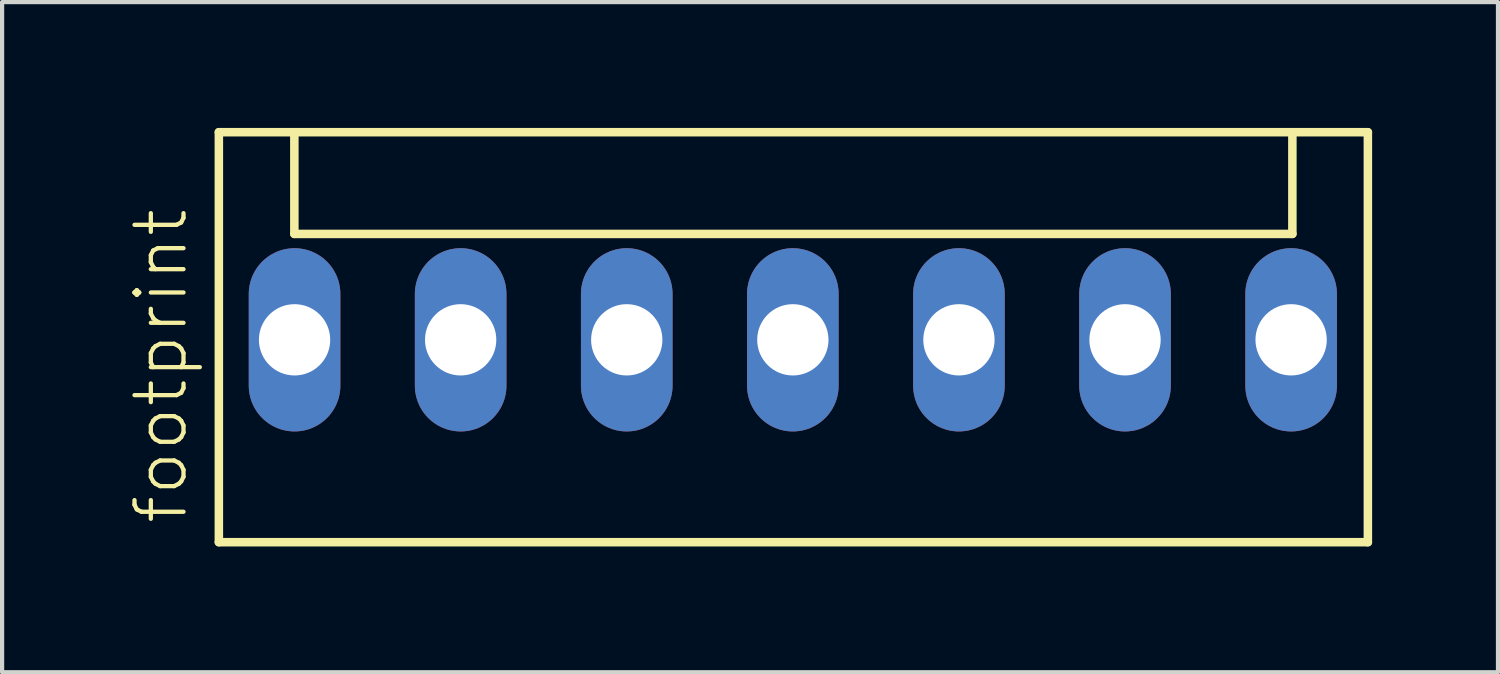
<source format=kicad_pcb>
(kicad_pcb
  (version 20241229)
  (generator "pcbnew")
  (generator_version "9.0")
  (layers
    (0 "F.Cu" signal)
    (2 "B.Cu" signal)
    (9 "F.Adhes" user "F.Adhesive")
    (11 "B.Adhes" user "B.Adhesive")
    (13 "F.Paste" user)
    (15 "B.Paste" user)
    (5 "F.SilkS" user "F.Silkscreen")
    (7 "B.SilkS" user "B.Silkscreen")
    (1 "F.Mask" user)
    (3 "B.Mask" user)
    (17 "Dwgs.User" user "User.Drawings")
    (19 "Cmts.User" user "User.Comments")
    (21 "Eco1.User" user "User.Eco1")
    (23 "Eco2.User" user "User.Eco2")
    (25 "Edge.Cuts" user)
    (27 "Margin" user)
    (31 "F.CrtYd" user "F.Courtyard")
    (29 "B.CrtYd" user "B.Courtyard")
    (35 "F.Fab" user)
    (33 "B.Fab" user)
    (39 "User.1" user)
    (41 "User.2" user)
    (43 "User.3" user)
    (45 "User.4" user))
  (footprint "footprint"
    (layer "F.Cu")
    (at 15.853 5.052)
    (property "Reference" "footprint" (at -14.38 4.445 90) (layer "F.SilkS") (effects (font (size 1.168 1.168) (thickness 0.102)) (justify left bottom)))
    (fp_line (start -13.685 -4.95) (end -13.685 4.825) (stroke (width 0.203) (type solid)) (layer "F.SilkS"))
    (fp_line (start -13.685 4.825) (end 13.71 4.825) (stroke (width 0.203) (type solid)) (layer "F.SilkS"))
    (fp_line (start -11.885 -4.95) (end -13.685 -4.95) (stroke (width 0.203) (type solid)) (layer "F.SilkS"))
    (fp_line (start -11.885 -2.525) (end -11.885 -4.95) (stroke (width 0.203) (type solid)) (layer "F.SilkS"))
    (fp_line (start -11.885 -2.525) (end 11.91 -2.525) (stroke (width 0.203) (type solid)) (layer "F.SilkS"))
    (fp_line (start 11.91 -4.95) (end -11.885 -4.95) (stroke (width 0.203) (type solid)) (layer "F.SilkS"))
    (fp_line (start 11.91 -2.525) (end 11.91 -4.95) (stroke (width 0.203) (type solid)) (layer "F.SilkS"))
    (fp_line (start 13.71 -4.95) (end 11.91 -4.95) (stroke (width 0.203) (type solid)) (layer "F.SilkS"))
    (fp_line (start 13.71 4.825) (end 13.71 -4.95) (stroke (width 0.203) (type solid)) (layer "F.SilkS"))
    (pad "1" thru_hole oval (at -11.88 0 90) (size 4.369 2.184) (drill 1.7) (layers "*.Cu" "*.Mask"))
    (pad "2" thru_hole oval (at -7.92 0 90) (size 4.369 2.184) (drill 1.7) (layers "*.Cu" "*.Mask"))
    (pad "3" thru_hole oval (at -3.96 0 90) (size 4.369 2.184) (drill 1.7) (layers "*.Cu" "*.Mask"))
    (pad "4" thru_hole oval (at 0 0 90) (size 4.369 2.184) (drill 1.7) (layers "*.Cu" "*.Mask"))
    (pad "5" thru_hole oval (at 3.96 0 90) (size 4.369 2.184) (drill 1.7) (layers "*.Cu" "*.Mask"))
    (pad "6" thru_hole oval (at 7.92 0 90) (size 4.369 2.184) (drill 1.7) (layers "*.Cu" "*.Mask"))
    (pad "7" thru_hole oval (at 11.88 0 90) (size 4.369 2.184) (drill 1.7) (layers "*.Cu" "*.Mask")))
  (gr_rect
    (start -3 -3)
    (end 32.665 12.978)
    (stroke (width 0.1) (type default))
    (fill no)
    (layer "Edge.Cuts")))
</source>
